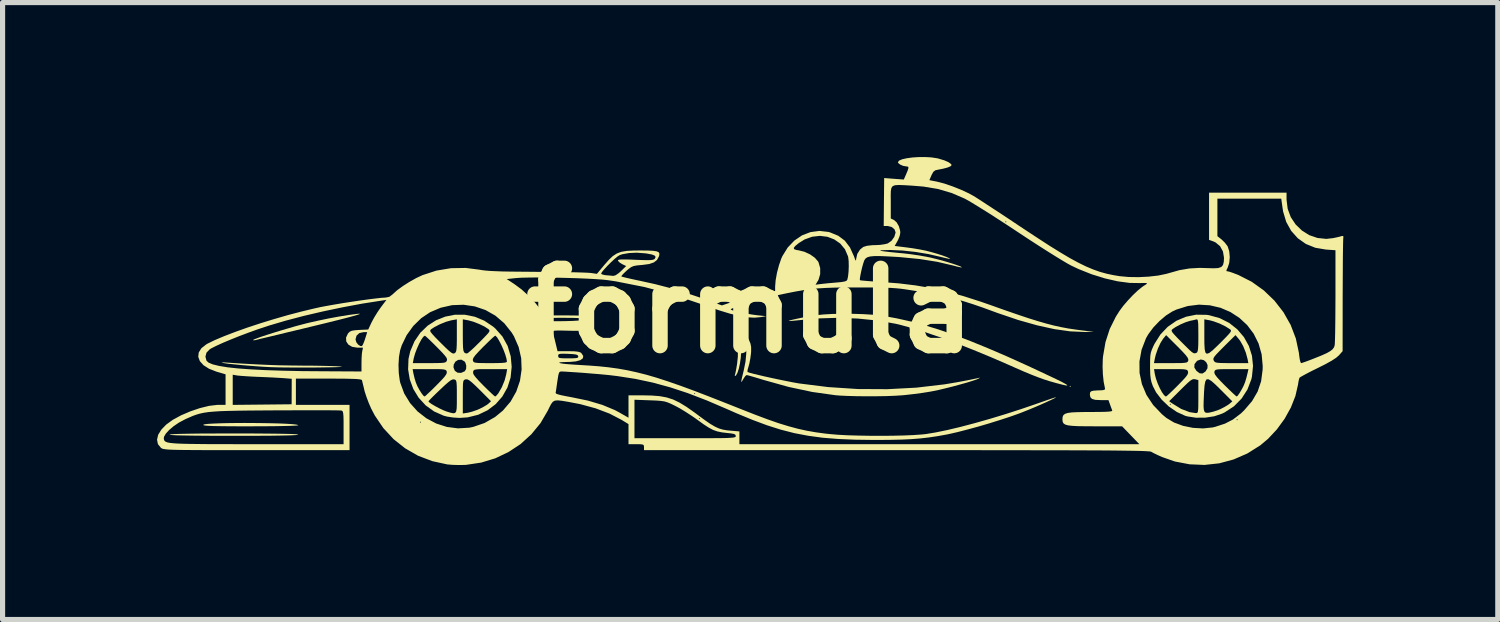
<source format=kicad_pcb>
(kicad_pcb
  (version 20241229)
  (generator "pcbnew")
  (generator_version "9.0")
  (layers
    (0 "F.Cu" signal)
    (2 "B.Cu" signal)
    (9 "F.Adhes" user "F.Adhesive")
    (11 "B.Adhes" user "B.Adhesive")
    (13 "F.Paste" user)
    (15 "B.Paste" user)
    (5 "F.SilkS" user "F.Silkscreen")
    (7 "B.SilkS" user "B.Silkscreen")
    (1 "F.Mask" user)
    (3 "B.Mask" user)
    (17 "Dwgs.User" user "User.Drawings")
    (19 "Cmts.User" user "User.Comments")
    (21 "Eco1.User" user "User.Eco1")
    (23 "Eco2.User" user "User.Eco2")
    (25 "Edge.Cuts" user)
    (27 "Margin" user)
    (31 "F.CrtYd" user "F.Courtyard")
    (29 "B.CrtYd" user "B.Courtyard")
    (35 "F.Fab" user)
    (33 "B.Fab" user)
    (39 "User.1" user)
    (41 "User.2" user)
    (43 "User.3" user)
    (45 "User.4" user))
  (footprint "formula"
    (layer "F.Cu")
    (at 11.519 2.984)
    (property "Reference" "formula" (at 0 0 0) (layer "F.SilkS") (effects (font (size 1.5 1.5) (thickness 0.3))))
    (attr board_only exclude_from_pos_files exclude_from_bom)
    (fp_poly (pts (xy 6.228 1.47) (xy 6.217 1.482) (xy 6.205 1.47) (xy 6.217 1.459)) (stroke (width 0) (type solid)) (fill yes) (layer "F.SilkS"))
    (fp_poly (pts (xy -0.29 0.386) (xy -0.258 0.446) (xy -0.25 0.463) (xy -0.21 0.548) (xy -0.188 0.619) (xy -0.177 0.695) (xy -0.175 0.798) (xy -0.175 0.799) (xy -0.181 0.91) (xy -0.197 1.023) (xy -0.219 1.126) (xy -0.246 1.208) (xy -0.274 1.258) (xy -0.282 1.265) (xy -0.299 1.265) (xy -0.292 1.237) (xy -0.281 1.193) (xy -0.267 1.119) (xy -0.252 1.027) (xy -0.25 1.007) (xy -0.238 0.893) (xy -0.238 0.792) (xy -0.249 0.682) (xy -0.26 0.613) (xy -0.278 0.515) (xy -0.294 0.43) (xy -0.307 0.372) (xy -0.311 0.359) (xy -0.308 0.355)) (stroke (width 0) (type solid)) (fill yes) (layer "F.SilkS"))
    (fp_poly (pts (xy -9.719 2.385) (xy -9.453 2.387) (xy -9.231 2.389) (xy -9.052 2.392) (xy -8.917 2.395) (xy -8.826 2.4) (xy -8.781 2.405) (xy -8.775 2.408) (xy -8.798 2.414) (xy -8.867 2.419) (xy -8.981 2.423) (xy -9.139 2.426) (xy -9.34 2.429) (xy -9.585 2.43) (xy -9.872 2.431) (xy -10.026 2.431) (xy -10.333 2.431) (xy -10.598 2.429) (xy -10.821 2.427) (xy -11 2.424) (xy -11.135 2.421) (xy -11.225 2.416) (xy -11.271 2.411) (xy -11.276 2.408) (xy -11.253 2.402) (xy -11.184 2.397) (xy -11.071 2.393) (xy -10.913 2.39) (xy -10.711 2.387) (xy -10.466 2.386) (xy -10.18 2.385) (xy -10.026 2.385)) (stroke (width 0) (type solid)) (fill yes) (layer "F.SilkS"))
    (fp_poly (pts (xy -9.638 2.182) (xy -9.461 2.184) (xy -9.293 2.187) (xy -9.138 2.191) (xy -9.003 2.197) (xy -8.894 2.204) (xy -8.818 2.212) (xy -8.779 2.221) (xy -8.775 2.225) (xy -8.798 2.23) (xy -8.863 2.234) (xy -8.965 2.238) (xy -9.102 2.241) (xy -9.27 2.244) (xy -9.463 2.245) (xy -9.678 2.246) (xy -9.703 2.246) (xy -9.944 2.246) (xy -10.141 2.245) (xy -10.3 2.243) (xy -10.422 2.241) (xy -10.512 2.237) (xy -10.573 2.233) (xy -10.608 2.227) (xy -10.622 2.22) (xy -10.622 2.217) (xy -10.596 2.207) (xy -10.531 2.199) (xy -10.432 2.193) (xy -10.305 2.188) (xy -10.156 2.184) (xy -9.991 2.182) (xy -9.817 2.181)) (stroke (width 0) (type solid)) (fill yes) (layer "F.SilkS"))
    (fp_poly (pts (xy -7.587 0.067) (xy -7.63 0.082) (xy -7.71 0.105) (xy -7.827 0.137) (xy -7.983 0.177) (xy -8.18 0.226) (xy -8.418 0.284) (xy -8.698 0.352) (xy -9.007 0.426) (xy -9.162 0.464) (xy -9.304 0.498) (xy -9.426 0.527) (xy -9.522 0.55) (xy -9.584 0.566) (xy -9.603 0.571) (xy -9.643 0.576) (xy -9.655 0.571) (xy -9.634 0.558) (xy -9.575 0.535) (xy -9.486 0.503) (xy -9.373 0.466) (xy -9.243 0.425) (xy -9.103 0.382) (xy -8.96 0.34) (xy -8.822 0.3) (xy -8.694 0.266) (xy -8.602 0.242) (xy -8.394 0.195) (xy -8.185 0.151) (xy -7.983 0.114) (xy -7.8 0.084) (xy -7.648 0.064) (xy -7.606 0.06) (xy -7.58 0.06)) (stroke (width 0) (type solid)) (fill yes) (layer "F.SilkS"))
    (fp_poly (pts (xy -10.22 1.005) (xy -10.153 1.009) (xy -9.863 1.028) (xy -9.606 1.042) (xy -9.37 1.053) (xy -9.141 1.061) (xy -8.908 1.065) (xy -8.656 1.068) (xy -8.625 1.068) (xy -8.456 1.069) (xy -8.299 1.072) (xy -8.161 1.075) (xy -8.048 1.079) (xy -7.969 1.084) (xy -7.93 1.088) (xy -7.937 1.092) (xy -7.984 1.095) (xy -8.065 1.098) (xy -8.173 1.1) (xy -8.303 1.102) (xy -8.447 1.104) (xy -8.601 1.104) (xy -8.756 1.105) (xy -8.908 1.104) (xy -9.05 1.103) (xy -9.176 1.101) (xy -9.279 1.098) (xy -9.331 1.096) (xy -9.461 1.089) (xy -9.605 1.079) (xy -9.754 1.067) (xy -9.897 1.055) (xy -10.026 1.042) (xy -10.132 1.031) (xy -10.204 1.021) (xy -10.223 1.018) (xy -10.261 1.008) (xy -10.261 1.004)) (stroke (width 0) (type solid)) (fill yes) (layer "F.SilkS"))
    (fp_poly (pts (xy 1.99 0.061) (xy 2.19 0.067) (xy 2.374 0.078) (xy 2.531 0.094) (xy 2.582 0.101) (xy 2.843 0.148) (xy 3.107 0.207) (xy 3.378 0.279) (xy 3.661 0.366) (xy 3.959 0.469) (xy 4.278 0.59) (xy 4.621 0.73) (xy 4.993 0.89) (xy 5.398 1.073) (xy 5.603 1.169) (xy 5.793 1.258) (xy 5.941 1.328) (xy 6.051 1.382) (xy 6.122 1.421) (xy 6.158 1.444) (xy 6.159 1.454) (xy 6.128 1.451) (xy 6.064 1.437) (xy 5.971 1.413) (xy 5.927 1.401) (xy 5.814 1.369) (xy 5.705 1.334) (xy 5.591 1.293) (xy 5.466 1.244) (xy 5.321 1.184) (xy 5.147 1.108) (xy 5.019 1.051) (xy 4.672 0.901) (xy 4.331 0.76) (xy 4.001 0.631) (xy 3.687 0.516) (xy 3.396 0.416) (xy 3.131 0.334) (xy 2.9 0.271) (xy 2.825 0.254) (xy 2.469 0.191) (xy 2.089 0.153) (xy 1.697 0.139) (xy 1.309 0.151) (xy 1.056 0.174) (xy 0.943 0.186) (xy 0.849 0.195) (xy 0.782 0.201) (xy 0.75 0.201) (xy 0.748 0.2) (xy 0.765 0.192) (xy 0.818 0.177) (xy 0.898 0.159) (xy 0.998 0.138) (xy 1.108 0.118) (xy 1.219 0.098) (xy 1.285 0.088) (xy 1.423 0.074) (xy 1.595 0.064) (xy 1.788 0.06)) (stroke (width 0) (type solid)) (fill yes) (layer "F.SilkS"))
    (fp_poly (pts (xy -0.13 0.432) (xy -0.119 0.438) (xy -0.083 0.472) (xy -0.042 0.533) (xy -0.022 0.569) (xy 0.007 0.639) (xy 0.02 0.706) (xy 0.02 0.789) (xy 0.017 0.83) (xy 0.004 0.929) (xy -0.014 1.025) (xy -0.03 1.083) (xy -0.048 1.144) (xy -0.052 1.184) (xy -0.049 1.191) (xy -0.014 1.204) (xy 0.059 1.224) (xy 0.162 1.249) (xy 0.285 1.278) (xy 0.421 1.308) (xy 0.562 1.338) (xy 0.699 1.366) (xy 0.825 1.391) (xy 0.932 1.41) (xy 0.949 1.413) (xy 1.516 1.484) (xy 2.092 1.522) (xy 2.666 1.525) (xy 3.23 1.495) (xy 3.776 1.431) (xy 4.032 1.388) (xy 4.159 1.364) (xy 4.272 1.342) (xy 4.363 1.323) (xy 4.421 1.311) (xy 4.438 1.307) (xy 4.464 1.3) (xy 4.45 1.312) (xy 4.446 1.315) (xy 4.4 1.336) (xy 4.317 1.364) (xy 4.207 1.398) (xy 4.078 1.434) (xy 3.939 1.472) (xy 3.799 1.507) (xy 3.666 1.539) (xy 3.55 1.563) (xy 3.496 1.573) (xy 3.353 1.596) (xy 3.189 1.618) (xy 3.033 1.636) (xy 2.964 1.643) (xy 2.825 1.652) (xy 2.655 1.659) (xy 2.466 1.662) (xy 2.268 1.663) (xy 2.074 1.661) (xy 1.895 1.656) (xy 1.742 1.649) (xy 1.656 1.642) (xy 1.208 1.579) (xy 0.748 1.481) (xy 0.268 1.347) (xy 0.251 1.342) (xy 0.14 1.308) (xy 0.045 1.28) (xy -0.026 1.26) (xy -0.064 1.251) (xy -0.067 1.25) (xy -0.093 1.269) (xy -0.124 1.315) (xy -0.128 1.322) (xy -0.155 1.367) (xy -0.171 1.386) (xy -0.173 1.386) (xy -0.17 1.361) (xy -0.158 1.302) (xy -0.138 1.219) (xy -0.123 1.158) (xy -0.089 0.988) (xy -0.074 0.824) (xy -0.078 0.674) (xy -0.101 0.549) (xy -0.125 0.49) (xy -0.149 0.441) (xy -0.152 0.424)) (stroke (width 0) (type solid)) (fill yes) (layer "F.SilkS"))
    (fp_poly (pts (xy 8.869 0.081) (xy 8.915 0.088) (xy 9.121 0.145) (xy 9.305 0.238) (xy 9.462 0.362) (xy 9.591 0.513) (xy 9.687 0.685) (xy 9.747 0.874) (xy 9.768 1.074) (xy 9.747 1.28) (xy 9.736 1.331) (xy 9.66 1.53) (xy 9.546 1.707) (xy 9.397 1.858) (xy 9.215 1.977) (xy 9.169 1.999) (xy 9.016 2.051) (xy 8.84 2.078) (xy 8.661 2.079) (xy 8.495 2.054) (xy 8.449 2.041) (xy 8.289 1.968) (xy 8.134 1.862) (xy 8.088 1.818) (xy 8.15 1.818) (xy 8.162 1.829) (xy 8.173 1.818) (xy 8.162 1.806) (xy 8.15 1.818) (xy 8.088 1.818) (xy 8.026 1.759) (xy 8.139 1.759) (xy 8.196 1.8) (xy 8.372 1.908) (xy 8.536 1.971) (xy 8.654 1.989) (xy 8.674 1.988) (xy 8.689 1.98) (xy 8.698 1.957) (xy 8.703 1.911) (xy 8.705 1.86) (xy 8.807 1.86) (xy 8.813 1.926) (xy 8.827 1.965) (xy 8.851 1.982) (xy 8.888 1.984) (xy 8.923 1.979) (xy 9.002 1.96) (xy 9.093 1.929) (xy 9.134 1.912) (xy 9.212 1.872) (xy 9.282 1.83) (xy 9.308 1.811) (xy 9.366 1.762) (xy 9.146 1.541) (xy 9.039 1.436) (xy 8.96 1.366) (xy 8.903 1.332) (xy 8.865 1.334) (xy 8.841 1.375) (xy 8.826 1.455) (xy 8.817 1.574) (xy 8.815 1.619) (xy 8.809 1.759) (xy 8.807 1.86) (xy 8.705 1.86) (xy 8.705 1.837) (xy 8.706 1.726) (xy 8.706 1.67) (xy 8.706 1.348) (xy 8.644 1.332) (xy 8.616 1.329) (xy 8.586 1.337) (xy 8.547 1.362) (xy 8.494 1.408) (xy 8.419 1.48) (xy 8.361 1.538) (xy 8.139 1.759) (xy 8.026 1.759) (xy 7.996 1.731) (xy 7.885 1.586) (xy 7.822 1.464) (xy 7.797 1.394) (xy 7.781 1.324) (xy 7.772 1.242) (xy 7.769 1.135) (xy 7.845 1.135) (xy 7.861 1.233) (xy 7.882 1.317) (xy 7.915 1.411) (xy 7.956 1.503) (xy 7.999 1.583) (xy 8.04 1.641) (xy 8.073 1.667) (xy 8.077 1.667) (xy 8.099 1.652) (xy 8.146 1.609) (xy 8.212 1.546) (xy 8.291 1.468) (xy 8.306 1.453) (xy 8.396 1.361) (xy 8.456 1.295) (xy 8.492 1.247) (xy 8.506 1.213) (xy 8.506 1.187) (xy 8.499 1.166) (xy 8.485 1.152) (xy 8.457 1.143) (xy 8.408 1.137) (xy 8.329 1.135) (xy 8.214 1.135) (xy 8.169 1.135) (xy 7.845 1.135) (xy 7.769 1.135) (xy 7.768 1.132) (xy 7.768 1.105) (xy 8.628 1.105) (xy 8.669 1.169) (xy 8.731 1.216) (xy 8.785 1.221) (xy 8.803 1.21) (xy 9.017 1.21) (xy 9.032 1.244) (xy 9.068 1.292) (xy 9.129 1.359) (xy 9.218 1.45) (xy 9.3 1.53) (xy 9.37 1.597) (xy 9.422 1.645) (xy 9.45 1.666) (xy 9.452 1.667) (xy 9.472 1.649) (xy 9.506 1.601) (xy 9.539 1.546) (xy 9.582 1.466) (xy 9.613 1.391) (xy 9.64 1.301) (xy 9.665 1.198) (xy 9.679 1.135) (xy 9.356 1.135) (xy 9.228 1.135) (xy 9.139 1.137) (xy 9.08 1.141) (xy 9.046 1.149) (xy 9.028 1.161) (xy 9.019 1.18) (xy 9.018 1.184) (xy 9.017 1.21) (xy 8.803 1.21) (xy 8.841 1.184) (xy 8.845 1.181) (xy 8.883 1.119) (xy 8.885 1.055) (xy 8.858 1) (xy 8.812 0.961) (xy 8.772 0.952) (xy 8.998 0.952) (xy 9.005 0.969) (xy 9.018 0.989) (xy 9.038 1.003) (xy 9.072 1.011) (xy 9.129 1.016) (xy 9.215 1.018) (xy 9.339 1.019) (xy 9.354 1.019) (xy 9.677 1.019) (xy 9.663 0.944) (xy 9.628 0.815) (xy 9.577 0.689) (xy 9.517 0.584) (xy 9.495 0.555) (xy 9.427 0.475) (xy 9.203 0.697) (xy 9.113 0.788) (xy 9.052 0.852) (xy 9.015 0.897) (xy 8.999 0.928) (xy 8.998 0.952) (xy 8.772 0.952) (xy 8.752 0.948) (xy 8.688 0.971) (xy 8.678 0.978) (xy 8.631 1.038) (xy 8.628 1.105) (xy 7.768 1.105) (xy 7.768 1.075) (xy 7.769 1.019) (xy 7.844 1.019) (xy 8.169 1.019) (xy 8.298 1.018) (xy 8.388 1.017) (xy 8.446 1.012) (xy 8.481 1.005) (xy 8.499 0.992) (xy 8.509 0.974) (xy 8.51 0.969) (xy 8.511 0.944) (xy 8.496 0.91) (xy 8.461 0.863) (xy 8.401 0.797) (xy 8.312 0.706) (xy 8.303 0.697) (xy 8.08 0.475) (xy 8.023 0.544) (xy 7.971 0.626) (xy 7.92 0.736) (xy 7.879 0.855) (xy 7.86 0.934) (xy 7.844 1.019) (xy 7.769 1.019) (xy 7.769 0.962) (xy 7.773 0.88) (xy 7.783 0.817) (xy 7.802 0.758) (xy 7.832 0.69) (xy 7.855 0.643) (xy 7.969 0.463) (xy 8.039 0.389) (xy 8.186 0.389) (xy 8.197 0.415) (xy 8.229 0.454) (xy 8.284 0.514) (xy 8.368 0.599) (xy 8.381 0.612) (xy 8.472 0.703) (xy 8.536 0.766) (xy 8.58 0.804) (xy 8.611 0.824) (xy 8.634 0.829) (xy 8.657 0.824) (xy 8.669 0.819) (xy 8.684 0.807) (xy 8.694 0.78) (xy 8.701 0.73) (xy 8.705 0.65) (xy 8.706 0.534) (xy 8.706 0.482) (xy 8.705 0.354) (xy 8.704 0.265) (xy 8.699 0.21) (xy 8.692 0.18) (xy 8.681 0.169) (xy 8.665 0.17) (xy 8.615 0.183) (xy 8.548 0.197) (xy 8.544 0.198) (xy 8.46 0.224) (xy 8.36 0.267) (xy 8.264 0.318) (xy 8.208 0.356) (xy 8.191 0.371) (xy 8.186 0.389) (xy 8.039 0.389) (xy 8.112 0.313) (xy 8.279 0.197) (xy 8.346 0.168) (xy 8.822 0.168) (xy 8.822 0.488) (xy 8.823 0.64) (xy 8.829 0.748) (xy 8.843 0.813) (xy 8.871 0.837) (xy 8.917 0.822) (xy 8.983 0.77) (xy 9.076 0.682) (xy 9.134 0.625) (xy 9.224 0.534) (xy 9.286 0.469) (xy 9.323 0.426) (xy 9.339 0.398) (xy 9.338 0.379) (xy 9.324 0.363) (xy 9.319 0.36) (xy 9.23 0.304) (xy 9.117 0.249) (xy 9.002 0.207) (xy 8.932 0.188) (xy 8.822 0.168) (xy 8.346 0.168) (xy 8.465 0.118) (xy 8.663 0.078)) (stroke (width 0) (type solid)) (fill yes) (layer "F.SilkS"))
    (fp_poly (pts (xy -5.35 0.117) (xy -5.164 0.194) (xy -4.989 0.311) (xy -4.948 0.347) (xy -4.809 0.504) (xy -4.709 0.686) (xy -4.649 0.888) (xy -4.631 1.09) (xy -4.652 1.3) (xy -4.714 1.494) (xy -4.812 1.667) (xy -4.942 1.816) (xy -5.1 1.935) (xy -5.282 2.022) (xy -5.484 2.072) (xy -5.646 2.083) (xy -5.768 2.075) (xy -5.886 2.057) (xy -5.951 2.04) (xy -6.048 1.997) (xy -5.58 1.997) (xy -5.482 1.982) (xy -5.404 1.963) (xy -5.311 1.931) (xy -5.256 1.908) (xy -5.178 1.868) (xy -5.111 1.828) (xy -5.08 1.804) (xy -5.032 1.759) (xy -5.251 1.539) (xy -5.343 1.449) (xy -5.41 1.388) (xy -5.458 1.351) (xy -5.493 1.334) (xy -5.521 1.333) (xy -5.525 1.334) (xy -5.547 1.341) (xy -5.562 1.354) (xy -5.572 1.38) (xy -5.577 1.426) (xy -5.579 1.501) (xy -5.58 1.612) (xy -5.58 1.673) (xy -5.58 1.997) (xy -6.048 1.997) (xy -6.138 1.957) (xy -6.302 1.839) (xy -6.373 1.761) (xy -6.248 1.761) (xy -6.232 1.78) (xy -6.185 1.814) (xy -6.117 1.854) (xy -6.04 1.895) (xy -5.965 1.931) (xy -5.903 1.956) (xy -5.9 1.957) (xy -5.822 1.981) (xy -5.766 1.993) (xy -5.73 1.987) (xy -5.709 1.957) (xy -5.699 1.897) (xy -5.696 1.803) (xy -5.696 1.67) (xy -5.696 1.542) (xy -5.698 1.453) (xy -5.702 1.396) (xy -5.71 1.362) (xy -5.722 1.345) (xy -5.741 1.337) (xy -5.748 1.335) (xy -5.775 1.335) (xy -5.812 1.351) (xy -5.862 1.389) (xy -5.933 1.451) (xy -6.022 1.535) (xy -6.105 1.614) (xy -6.174 1.682) (xy -6.224 1.733) (xy -6.247 1.759) (xy -6.248 1.761) (xy -6.373 1.761) (xy -6.437 1.692) (xy -6.541 1.522) (xy -6.61 1.335) (xy -6.643 1.138) (xy -6.643 1.135) (xy -6.555 1.135) (xy -6.539 1.221) (xy -6.52 1.303) (xy -6.494 1.39) (xy -6.49 1.401) (xy -6.463 1.465) (xy -6.424 1.537) (xy -6.383 1.602) (xy -6.347 1.65) (xy -6.323 1.667) (xy -6.302 1.652) (xy -6.256 1.609) (xy -6.189 1.546) (xy -6.11 1.468) (xy -6.092 1.45) (xy -6.002 1.358) (xy -5.941 1.291) (xy -5.906 1.243) (xy -5.893 1.214) (xy -5.38 1.214) (xy -5.365 1.249) (xy -5.328 1.297) (xy -5.267 1.365) (xy -5.181 1.453) (xy -5.1 1.533) (xy -5.031 1.599) (xy -4.98 1.646) (xy -4.953 1.667) (xy -4.951 1.667) (xy -4.928 1.65) (xy -4.893 1.608) (xy -4.887 1.6) (xy -4.822 1.487) (xy -4.767 1.353) (xy -4.736 1.232) (xy -4.719 1.135) (xy -5.043 1.135) (xy -5.171 1.135) (xy -5.26 1.136) (xy -5.318 1.141) (xy -5.352 1.148) (xy -5.37 1.161) (xy -5.378 1.179) (xy -5.38 1.187) (xy -5.38 1.214) (xy -5.893 1.214) (xy -5.891 1.209) (xy -5.892 1.184) (xy -5.9 1.164) (xy -5.916 1.151) (xy -5.947 1.142) (xy -6 1.137) (xy -6.084 1.135) (xy -6.205 1.135) (xy -6.231 1.135) (xy -6.555 1.135) (xy -6.643 1.135) (xy -6.641 1.103) (xy -5.761 1.103) (xy -5.735 1.168) (xy -5.681 1.205) (xy -5.613 1.208) (xy -5.541 1.176) (xy -5.54 1.174) (xy -5.516 1.131) (xy -5.513 1.068) (xy -5.531 1.008) (xy -5.547 0.986) (xy -5.607 0.952) (xy -5.67 0.956) (xy -5.724 0.99) (xy -5.757 1.048) (xy -5.761 1.103) (xy -6.641 1.103) (xy -6.638 1.019) (xy -6.551 1.019) (xy -6.231 1.019) (xy -6.104 1.018) (xy -6.014 1.016) (xy -5.956 1.012) (xy -5.921 1.004) (xy -5.902 0.991) (xy -5.89 0.972) (xy -5.89 0.971) (xy -5.886 0.947) (xy -5.887 0.944) (xy -5.385 0.944) (xy -5.384 0.97) (xy -5.376 0.989) (xy -5.36 1.003) (xy -5.329 1.011) (xy -5.275 1.016) (xy -5.192 1.018) (xy -5.071 1.019) (xy -5.046 1.019) (xy -4.912 1.018) (xy -4.819 1.015) (xy -4.76 1.009) (xy -4.73 0.999) (xy -4.723 0.988) (xy -4.733 0.928) (xy -4.757 0.847) (xy -4.792 0.755) (xy -4.833 0.663) (xy -4.876 0.581) (xy -4.914 0.519) (xy -4.945 0.488) (xy -4.952 0.486) (xy -4.973 0.502) (xy -5.02 0.544) (xy -5.087 0.608) (xy -5.166 0.686) (xy -5.184 0.703) (xy -5.274 0.796) (xy -5.335 0.863) (xy -5.37 0.91) (xy -5.385 0.944) (xy -5.887 0.944) (xy -5.895 0.918) (xy -5.924 0.877) (xy -5.976 0.818) (xy -6.056 0.735) (xy -6.086 0.705) (xy -6.167 0.624) (xy -6.236 0.557) (xy -6.288 0.509) (xy -6.315 0.487) (xy -6.317 0.486) (xy -6.347 0.507) (xy -6.386 0.562) (xy -6.428 0.641) (xy -6.47 0.734) (xy -6.507 0.831) (xy -6.533 0.922) (xy -6.537 0.944) (xy -6.551 1.019) (xy -6.638 1.019) (xy -6.635 0.936) (xy -6.601 0.789) (xy -6.518 0.594) (xy -6.404 0.427) (xy -6.368 0.393) (xy -6.214 0.393) (xy -6.202 0.418) (xy -6.17 0.458) (xy -6.115 0.518) (xy -6.031 0.603) (xy -6.01 0.624) (xy -5.918 0.715) (xy -5.852 0.777) (xy -5.805 0.815) (xy -5.774 0.831) (xy -5.751 0.832) (xy -5.739 0.826) (xy -5.721 0.811) (xy -5.709 0.786) (xy -5.702 0.742) (xy -5.698 0.673) (xy -5.696 0.571) (xy -5.696 0.484) (xy -5.696 0.168) (xy -5.58 0.168) (xy -5.58 0.487) (xy -5.579 0.619) (xy -5.576 0.711) (xy -5.569 0.772) (xy -5.556 0.807) (xy -5.535 0.825) (xy -5.506 0.831) (xy -5.499 0.832) (xy -5.474 0.817) (xy -5.425 0.775) (xy -5.356 0.712) (xy -5.276 0.633) (xy -5.256 0.614) (xy -5.169 0.525) (xy -5.11 0.463) (xy -5.075 0.422) (xy -5.062 0.394) (xy -5.065 0.376) (xy -5.081 0.36) (xy -5.083 0.358) (xy -5.16 0.308) (xy -5.264 0.258) (xy -5.374 0.215) (xy -5.471 0.188) (xy -5.472 0.188) (xy -5.58 0.168) (xy -5.696 0.168) (xy -5.806 0.188) (xy -5.909 0.217) (xy -6.025 0.264) (xy -6.133 0.32) (xy -6.193 0.359) (xy -6.209 0.375) (xy -6.214 0.393) (xy -6.368 0.393) (xy -6.262 0.291) (xy -6.1 0.187) (xy -5.922 0.116) (xy -5.735 0.079) (xy -5.542 0.079)) (stroke (width 0) (type solid)) (fill yes) (layer "F.SilkS"))
    (fp_poly (pts (xy 3.52 -2.977) (xy 3.628 -2.961) (xy 3.658 -2.954) (xy 3.771 -2.92) (xy 3.855 -2.883) (xy 3.904 -2.847) (xy 3.913 -2.826) (xy 3.892 -2.804) (xy 3.834 -2.78) (xy 3.75 -2.758) (xy 3.664 -2.741) (xy 3.599 -2.727) (xy 3.56 -2.698) (xy 3.528 -2.642) (xy 3.523 -2.631) (xy 3.482 -2.535) (xy 3.634 -2.505) (xy 3.772 -2.469) (xy 3.933 -2.414) (xy 4.098 -2.348) (xy 4.251 -2.277) (xy 4.341 -2.227) (xy 4.39 -2.197) (xy 4.473 -2.144) (xy 4.584 -2.071) (xy 4.72 -1.982) (xy 4.875 -1.881) (xy 5.044 -1.769) (xy 5.222 -1.65) (xy 5.314 -1.589) (xy 5.583 -1.412) (xy 5.819 -1.259) (xy 6.027 -1.13) (xy 6.211 -1.021) (xy 6.375 -0.932) (xy 6.524 -0.859) (xy 6.662 -0.801) (xy 6.794 -0.754) (xy 6.924 -0.718) (xy 7.057 -0.69) (xy 7.177 -0.67) (xy 7.352 -0.654) (xy 7.545 -0.651) (xy 7.741 -0.661) (xy 7.926 -0.682) (xy 8.085 -0.715) (xy 8.13 -0.728) (xy 8.34 -0.787) (xy 8.534 -0.82) (xy 8.733 -0.831) (xy 8.871 -0.827) (xy 9.001 -0.823) (xy 9.093 -0.828) (xy 9.152 -0.849) (xy 9.185 -0.887) (xy 9.2 -0.949) (xy 9.204 -1.029) (xy 9.184 -1.15) (xy 9.128 -1.252) (xy 9.041 -1.325) (xy 8.995 -1.346) (xy 8.914 -1.375) (xy 8.914 -1.834) (xy 8.914 -2.176) (xy 9.076 -2.176) (xy 9.076 -1.812) (xy 9.076 -1.447) (xy 9.157 -1.383) (xy 9.218 -1.324) (xy 9.269 -1.258) (xy 9.277 -1.244) (xy 9.306 -1.152) (xy 9.316 -1.04) (xy 9.306 -0.929) (xy 9.277 -0.839) (xy 9.253 -0.79) (xy 9.252 -0.769) (xy 9.274 -0.764) (xy 9.274 -0.764) (xy 9.312 -0.756) (xy 9.379 -0.733) (xy 9.463 -0.701) (xy 9.483 -0.693) (xy 9.743 -0.561) (xy 9.978 -0.393) (xy 10.184 -0.195) (xy 10.359 0.03) (xy 10.499 0.277) (xy 10.6 0.542) (xy 10.659 0.82) (xy 10.665 0.873) (xy 10.676 0.948) (xy 10.69 1.001) (xy 10.702 1.019) (xy 10.731 1.011) (xy 10.794 0.989) (xy 10.88 0.957) (xy 10.959 0.926) (xy 11.099 0.87) (xy 11.201 0.824) (xy 11.271 0.784) (xy 11.316 0.747) (xy 11.342 0.709) (xy 11.354 0.671) (xy 11.357 0.631) (xy 11.36 0.551) (xy 11.363 0.436) (xy 11.365 0.291) (xy 11.367 0.122) (xy 11.368 -0.065) (xy 11.369 -0.265) (xy 11.369 -0.289) (xy 11.369 -1.174) (xy 11.183 -1.187) (xy 10.977 -1.222) (xy 10.794 -1.296) (xy 10.637 -1.407) (xy 10.509 -1.55) (xy 10.413 -1.723) (xy 10.353 -1.923) (xy 10.343 -1.985) (xy 10.316 -2.176) (xy 9.696 -2.176) (xy 9.076 -2.176) (xy 8.914 -2.176) (xy 8.914 -2.292) (xy 9.667 -2.292) (xy 10.419 -2.292) (xy 10.419 -2.154) (xy 10.441 -1.978) (xy 10.501 -1.817) (xy 10.595 -1.675) (xy 10.717 -1.557) (xy 10.86 -1.467) (xy 11.02 -1.412) (xy 11.191 -1.394) (xy 11.323 -1.409) (xy 11.403 -1.426) (xy 11.468 -1.442) (xy 11.497 -1.451) (xy 11.521 -1.45) (xy 11.522 -1.413) (xy 11.521 -1.409) (xy 11.519 -1.375) (xy 11.517 -1.3) (xy 11.515 -1.188) (xy 11.513 -1.045) (xy 11.512 -0.874) (xy 11.511 -0.682) (xy 11.51 -0.473) (xy 11.509 -0.284) (xy 11.508 0.786) (xy 11.436 0.868) (xy 11.382 0.915) (xy 11.295 0.972) (xy 11.171 1.041) (xy 11.025 1.114) (xy 10.909 1.171) (xy 10.809 1.223) (xy 10.731 1.265) (xy 10.683 1.293) (xy 10.671 1.303) (xy 10.659 1.338) (xy 10.647 1.401) (xy 10.641 1.44) (xy 10.591 1.658) (xy 10.503 1.881) (xy 10.382 2.099) (xy 10.232 2.305) (xy 10.06 2.489) (xy 9.91 2.615) (xy 9.659 2.773) (xy 9.391 2.89) (xy 9.111 2.965) (xy 8.825 2.996) (xy 8.536 2.984) (xy 8.249 2.929) (xy 8.003 2.843) (xy 7.917 2.805) (xy 7.843 2.769) (xy 7.795 2.743) (xy 7.792 2.741) (xy 7.781 2.737) (xy 7.758 2.734) (xy 7.721 2.731) (xy 7.668 2.728) (xy 7.598 2.725) (xy 7.509 2.723) (xy 7.4 2.721) (xy 7.268 2.719) (xy 7.111 2.717) (xy 6.929 2.715) (xy 6.719 2.714) (xy 6.48 2.713) (xy 6.209 2.712) (xy 5.906 2.711) (xy 5.568 2.711) (xy 5.194 2.71) (xy 4.781 2.71) (xy 4.329 2.709) (xy 3.836 2.709) (xy 3.299 2.709) (xy 2.843 2.709) (xy -2.061 2.709) (xy -2.061 2.651) (xy -2.063 2.62) (xy -2.078 2.603) (xy -2.116 2.595) (xy -2.187 2.593) (xy -2.211 2.593) (xy -2.362 2.593) (xy -2.362 2.398) (xy -2.362 2.203) (xy -2.498 2.12) (xy -2.731 1.999) (xy -3 1.897) (xy -3.298 1.816) (xy -3.531 1.771) (xy -3.651 1.751) (xy -3.734 1.742) (xy -3.792 1.747) (xy -3.832 1.77) (xy -3.866 1.815) (xy -3.903 1.887) (xy -3.929 1.941) (xy -4.071 2.184) (xy -4.249 2.401) (xy -4.457 2.59) (xy -4.693 2.746) (xy -4.95 2.868) (xy -5.224 2.951) (xy -5.512 2.994) (xy -5.538 2.996) (xy -5.653 2.998) (xy -5.772 2.995) (xy -5.872 2.987) (xy -5.877 2.987) (xy -6.171 2.923) (xy -6.446 2.819) (xy -6.698 2.675) (xy -6.925 2.495) (xy -7.123 2.281) (xy -7.202 2.165) (xy -6.414 2.165) (xy -6.402 2.176) (xy -6.391 2.165) (xy -6.402 2.153) (xy -6.414 2.165) (xy -7.202 2.165) (xy -7.29 2.035) (xy -7.361 1.899) (xy -7.409 1.788) (xy -7.454 1.668) (xy -7.488 1.562) (xy -7.493 1.54) (xy -7.513 1.456) (xy -7.53 1.387) (xy -7.539 1.35) (xy -7.539 1.349) (xy -7.552 1.34) (xy -7.589 1.333) (xy -7.652 1.327) (xy -7.748 1.324) (xy -7.878 1.321) (xy -8.049 1.32) (xy -8.184 1.32) (xy -8.822 1.32) (xy -8.822 1.574) (xy -8.822 1.829) (xy -8.301 1.829) (xy -7.78 1.829) (xy -7.78 2.269) (xy -7.78 2.709) (xy -9.583 2.709) (xy -9.914 2.709) (xy -10.202 2.709) (xy -10.45 2.709) (xy -10.662 2.708) (xy -10.839 2.707) (xy -10.986 2.706) (xy -11.105 2.704) (xy -11.2 2.702) (xy -11.274 2.699) (xy -11.329 2.695) (xy -11.37 2.69) (xy -11.399 2.685) (xy -11.419 2.679) (xy -11.433 2.671) (xy -11.445 2.663) (xy -11.445 2.662) (xy -11.502 2.592) (xy -11.519 2.506) (xy -11.513 2.48) (xy -11.388 2.48) (xy -11.385 2.501) (xy -11.379 2.519) (xy -11.367 2.534) (xy -11.347 2.548) (xy -11.315 2.559) (xy -11.269 2.568) (xy -11.204 2.575) (xy -11.119 2.581) (xy -11.009 2.585) (xy -10.873 2.588) (xy -10.707 2.59) (xy -10.507 2.592) (xy -10.271 2.592) (xy -9.996 2.593) (xy -9.678 2.593) (xy -9.58 2.593) (xy -7.896 2.593) (xy -7.896 2.272) (xy -7.896 2.143) (xy -7.898 2.053) (xy -7.903 1.995) (xy -7.911 1.961) (xy -7.924 1.945) (xy -7.937 1.94) (xy -7.967 1.938) (xy -8.039 1.936) (xy -8.149 1.935) (xy -8.292 1.934) (xy -8.463 1.934) (xy -8.659 1.934) (xy -8.874 1.935) (xy -9.105 1.936) (xy -9.216 1.936) (xy -9.506 1.938) (xy -9.754 1.94) (xy -9.964 1.943) (xy -10.141 1.947) (xy -10.289 1.952) (xy -10.413 1.96) (xy -10.517 1.969) (xy -10.605 1.982) (xy -10.681 1.998) (xy -10.751 2.018) (xy -10.818 2.042) (xy -10.886 2.071) (xy -10.961 2.104) (xy -10.983 2.115) (xy -11.094 2.174) (xy -11.197 2.244) (xy -11.284 2.318) (xy -11.349 2.389) (xy -11.384 2.45) (xy -11.388 2.48) (xy -11.513 2.48) (xy -11.497 2.41) (xy -11.435 2.31) (xy -11.34 2.212) (xy -11.213 2.12) (xy -11.053 2.033) (xy -10.873 1.956) (xy -10.688 1.893) (xy -10.509 1.849) (xy -10.35 1.83) (xy -10.323 1.829) (xy -10.188 1.829) (xy -10.188 1.533) (xy -10.188 1.244) (xy -10.049 1.244) (xy -10.049 1.537) (xy -10.049 1.83) (xy -9.477 1.824) (xy -8.905 1.818) (xy -8.904 1.57) (xy -8.903 1.323) (xy -9.065 1.31) (xy -9.151 1.305) (xy -9.268 1.298) (xy -9.402 1.292) (xy -9.538 1.286) (xy -9.551 1.286) (xy -9.677 1.28) (xy -9.794 1.273) (xy -9.89 1.266) (xy -9.954 1.26) (xy -9.962 1.259) (xy -10.049 1.244) (xy -10.188 1.244) (xy -10.188 1.236) (xy -10.366 1.184) (xy -10.509 1.128) (xy -10.617 1.059) (xy -10.687 0.981) (xy -10.718 0.897) (xy -10.718 0.892) (xy -10.579 0.892) (xy -10.559 0.971) (xy -10.518 1.009) (xy -10.437 1.043) (xy -10.315 1.073) (xy -10.152 1.1) (xy -9.947 1.122) (xy -9.7 1.14) (xy -9.409 1.155) (xy -9.074 1.166) (xy -8.694 1.174) (xy -8.283 1.177) (xy -7.548 1.181) (xy -7.548 1.052) (xy -6.829 1.052) (xy -6.824 1.21) (xy -6.805 1.354) (xy -6.795 1.4) (xy -6.718 1.609) (xy -6.604 1.795) (xy -6.459 1.957) (xy -6.288 2.09) (xy -6.096 2.192) (xy -5.89 2.258) (xy -5.674 2.286) (xy -5.454 2.273) (xy -5.377 2.257) (xy -5.158 2.182) (xy -4.953 2.065) (xy -4.801 1.94) (xy -4.652 1.766) (xy -4.542 1.572) (xy -4.47 1.362) (xy -4.438 1.144) (xy -4.446 0.923) (xy -4.456 0.879) (xy -3.728 0.879) (xy -3.724 0.902) (xy -3.708 0.916) (xy -3.67 0.923) (xy -3.601 0.926) (xy -3.529 0.926) (xy -3.433 0.925) (xy -3.375 0.921) (xy -3.346 0.912) (xy -3.337 0.896) (xy -3.339 0.886) (xy -3.349 0.865) (xy -3.379 0.852) (xy -3.435 0.844) (xy -3.528 0.839) (xy -3.537 0.838) (xy -3.631 0.836) (xy -3.687 0.838) (xy -3.716 0.846) (xy -3.727 0.863) (xy -3.728 0.879) (xy -4.456 0.879) (xy -4.496 0.705) (xy -4.587 0.497) (xy -4.632 0.423) (xy -4.776 0.243) (xy -4.871 0.162) (xy -3.945 0.162) (xy -3.944 0.174) (xy -3.933 0.188) (xy -3.905 0.198) (xy -3.856 0.203) (xy -3.777 0.205) (xy -3.662 0.204) (xy -3.594 0.203) (xy -3.45 0.199) (xy -3.347 0.193) (xy -3.283 0.185) (xy -3.251 0.173) (xy -3.247 0.168) (xy -3.254 0.156) (xy -3.286 0.148) (xy -3.349 0.143) (xy -3.448 0.14) (xy -3.588 0.139) (xy -3.598 0.139) (xy -3.735 0.139) (xy -3.832 0.141) (xy -3.896 0.145) (xy -3.931 0.152) (xy -3.945 0.162) (xy -4.871 0.162) (xy -4.947 0.097) (xy -5.139 -0.012) (xy -5.347 -0.083) (xy -5.565 -0.115) (xy -5.788 -0.107) (xy -6.01 -0.057) (xy -6.215 0.03) (xy -6.388 0.146) (xy -6.543 0.298) (xy -6.671 0.476) (xy -6.765 0.67) (xy -6.798 0.771) (xy -6.82 0.9) (xy -6.829 1.052) (xy -7.548 1.052) (xy -7.548 1.022) (xy -7.546 0.928) (xy -7.541 0.843) (xy -7.534 0.79) (xy -7.519 0.718) (xy -7.631 0.718) (xy -7.73 0.702) (xy -7.803 0.659) (xy -7.844 0.597) (xy -7.846 0.558) (xy -7.664 0.558) (xy -7.649 0.612) (xy -7.612 0.66) (xy -7.567 0.688) (xy -7.54 0.688) (xy -7.523 0.664) (xy -7.499 0.608) (xy -7.478 0.549) (xy -7.437 0.417) (xy -7.508 0.417) (xy -7.589 0.435) (xy -7.644 0.485) (xy -7.664 0.558) (xy -7.846 0.558) (xy -7.848 0.523) (xy -7.811 0.444) (xy -7.805 0.437) (xy -7.775 0.408) (xy -7.735 0.39) (xy -7.671 0.38) (xy -7.589 0.374) (xy -7.417 0.366) (xy -7.35 0.223) (xy -7.299 0.129) (xy -7.234 0.024) (xy -7.173 -0.064) (xy -7.064 -0.209) (xy -7.161 -0.195) (xy -7.532 -0.137) (xy -7.913 -0.066) (xy -8.294 0.014) (xy -8.667 0.101) (xy -9.02 0.194) (xy -9.345 0.29) (xy -9.577 0.367) (xy -9.754 0.431) (xy -9.929 0.497) (xy -10.093 0.563) (xy -10.241 0.625) (xy -10.364 0.681) (xy -10.456 0.727) (xy -10.495 0.75) (xy -10.558 0.815) (xy -10.579 0.892) (xy -10.718 0.892) (xy -10.709 0.812) (xy -10.658 0.73) (xy -10.564 0.656) (xy -10.543 0.643) (xy -10.398 0.572) (xy -10.215 0.495) (xy -10.001 0.413) (xy -9.763 0.328) (xy -9.508 0.244) (xy -9.244 0.163) (xy -8.977 0.086) (xy -8.714 0.017) (xy -8.464 -0.043) (xy -8.343 -0.07) (xy -8.22 -0.093) (xy -8.073 -0.119) (xy -7.912 -0.146) (xy -7.743 -0.172) (xy -7.576 -0.197) (xy -7.418 -0.219) (xy -7.28 -0.236) (xy -7.167 -0.249) (xy -7.09 -0.254) (xy -7.077 -0.255) (xy -7.007 -0.269) (xy -6.942 -0.318) (xy -6.933 -0.327) (xy -6.854 -0.398) (xy -6.744 -0.478) (xy -6.617 -0.559) (xy -6.519 -0.614) (xy -4.727 -0.614) (xy -4.577 -0.515) (xy -4.439 -0.413) (xy -4.299 -0.286) (xy -4.171 -0.15) (xy -4.071 -0.022) (xy -3.994 0.091) (xy -3.591 0.092) (xy -3.441 0.093) (xy -3.33 0.095) (xy -3.252 0.1) (xy -3.2 0.107) (xy -3.166 0.117) (xy -3.145 0.131) (xy -3.107 0.192) (xy -3.108 0.263) (xy -3.146 0.33) (xy -3.165 0.347) (xy -3.194 0.367) (xy -3.226 0.38) (xy -3.271 0.388) (xy -3.337 0.391) (xy -3.434 0.391) (xy -3.537 0.389) (xy -3.661 0.386) (xy -3.746 0.386) (xy -3.799 0.389) (xy -3.826 0.396) (xy -3.835 0.407) (xy -3.832 0.425) (xy -3.831 0.428) (xy -3.818 0.474) (xy -3.798 0.548) (xy -3.778 0.631) (xy -3.74 0.787) (xy -3.527 0.787) (xy -3.416 0.789) (xy -3.342 0.797) (xy -3.297 0.81) (xy -3.278 0.824) (xy -3.241 0.879) (xy -3.248 0.925) (xy -3.297 0.961) (xy -3.384 0.985) (xy -3.509 0.996) (xy -3.542 0.996) (xy -3.64 0.999) (xy -3.695 1.004) (xy -3.709 1.012) (xy -3.685 1.021) (xy -3.625 1.031) (xy -3.532 1.04) (xy -3.409 1.049) (xy -3.357 1.052) (xy -3.141 1.065) (xy -2.94 1.08) (xy -2.75 1.1) (xy -2.567 1.125) (xy -2.386 1.157) (xy -2.203 1.197) (xy -2.012 1.245) (xy -1.81 1.304) (xy -1.592 1.375) (xy -1.353 1.458) (xy -1.089 1.555) (xy -0.795 1.668) (xy -0.467 1.797) (xy -0.185 1.909) (xy 0.092 2.018) (xy 0.334 2.109) (xy 0.549 2.184) (xy 0.744 2.244) (xy 0.926 2.293) (xy 1.102 2.332) (xy 1.279 2.363) (xy 1.464 2.388) (xy 1.551 2.397) (xy 1.705 2.41) (xy 1.891 2.42) (xy 2.1 2.426) (xy 2.323 2.43) (xy 2.551 2.431) (xy 2.775 2.429) (xy 2.986 2.424) (xy 3.174 2.416) (xy 3.332 2.405) (xy 3.417 2.396) (xy 3.604 2.365) (xy 3.828 2.319) (xy 4.081 2.259) (xy 4.358 2.186) (xy 4.651 2.103) (xy 4.955 2.011) (xy 5.262 1.912) (xy 5.566 1.808) (xy 5.659 1.775) (xy 5.765 1.738) (xy 5.853 1.708) (xy 5.915 1.688) (xy 5.942 1.682) (xy 5.943 1.683) (xy 5.911 1.702) (xy 5.844 1.735) (xy 5.75 1.778) (xy 5.638 1.828) (xy 5.514 1.881) (xy 5.388 1.933) (xy 5.267 1.981) (xy 5.198 2.007) (xy 5.036 2.064) (xy 4.846 2.126) (xy 4.64 2.19) (xy 4.429 2.252) (xy 4.223 2.308) (xy 4.034 2.357) (xy 3.873 2.394) (xy 3.82 2.405) (xy 3.642 2.437) (xy 3.474 2.462) (xy 3.308 2.481) (xy 3.133 2.495) (xy 2.942 2.504) (xy 2.725 2.509) (xy 2.472 2.511) (xy 2.408 2.511) (xy 2.041 2.506) (xy 1.712 2.492) (xy 1.411 2.468) (xy 1.13 2.43) (xy 0.861 2.379) (xy 0.596 2.311) (xy 0.325 2.225) (xy 0.041 2.119) (xy -0.266 1.992) (xy -0.452 1.91) (xy -0.842 1.743) (xy -1.191 1.609) (xy -1.088 1.609) (xy -1.077 1.621) (xy -1.065 1.609) (xy -1.077 1.598) (xy -1.088 1.609) (xy -1.191 1.609) (xy -1.206 1.603) (xy -1.552 1.489) (xy -1.89 1.397) (xy -2.228 1.325) (xy -2.576 1.271) (xy -2.732 1.252) (xy -2.824 1.243) (xy -2.943 1.232) (xy -3.079 1.221) (xy -3.221 1.209) (xy -3.361 1.199) (xy -3.487 1.191) (xy -3.59 1.184) (xy -3.659 1.181) (xy -3.671 1.181) (xy -3.695 1.186) (xy -3.712 1.207) (xy -3.725 1.254) (xy -3.738 1.335) (xy -3.744 1.372) (xy -3.757 1.464) (xy -3.768 1.541) (xy -3.776 1.588) (xy -3.778 1.595) (xy -3.769 1.61) (xy -3.731 1.626) (xy -3.66 1.644) (xy -3.55 1.666) (xy -3.473 1.68) (xy -3.149 1.747) (xy -2.867 1.831) (xy -2.627 1.931) (xy -2.541 1.977) (xy -2.362 2.079) (xy -2.362 1.862) (xy -2.362 1.73) (xy -2.246 1.73) (xy -2.246 2.104) (xy -2.246 2.477) (xy -1.262 2.477) (xy -1.023 2.477) (xy -0.826 2.477) (xy -0.667 2.476) (xy -0.542 2.475) (xy -0.447 2.473) (xy -0.378 2.469) (xy -0.331 2.465) (xy -0.301 2.459) (xy -0.285 2.452) (xy -0.279 2.443) (xy -0.278 2.435) (xy -0.285 2.411) (xy -0.312 2.395) (xy -0.369 2.384) (xy -0.434 2.377) (xy -0.546 2.364) (xy -0.637 2.345) (xy -0.72 2.316) (xy -0.804 2.271) (xy -0.903 2.207) (xy -1.011 2.129) (xy -1.058 2.095) (xy -0.996 2.095) (xy -0.984 2.107) (xy -0.972 2.095) (xy -0.984 2.084) (xy -0.996 2.095) (xy -1.058 2.095) (xy -1.126 2.048) (xy -1.25 1.967) (xy -1.367 1.896) (xy -1.457 1.848) (xy -1.539 1.808) (xy -1.604 1.781) (xy -1.663 1.763) (xy -1.731 1.753) (xy -1.819 1.746) (xy -1.94 1.741) (xy -1.949 1.741) (xy -2.246 1.73) (xy -2.362 1.73) (xy -2.362 1.644) (xy -2.101 1.644) (xy -1.914 1.648) (xy -1.758 1.66) (xy -1.622 1.685) (xy -1.496 1.725) (xy -1.37 1.786) (xy -1.234 1.869) (xy -1.078 1.979) (xy -1.019 2.023) (xy -0.883 2.123) (xy -0.775 2.198) (xy -0.685 2.251) (xy -0.607 2.287) (xy -0.53 2.31) (xy -0.448 2.324) (xy -0.386 2.33) (xy -0.208 2.345) (xy -0.208 2.469) (xy -0.208 2.593) (xy 3.676 2.593) (xy 7.56 2.593) (xy 7.393 2.42) (xy 7.225 2.246) (xy 6.697 2.246) (xy 6.51 2.245) (xy 6.363 2.243) (xy 6.253 2.237) (xy 6.174 2.227) (xy 6.121 2.212) (xy 6.089 2.191) (xy 6.072 2.162) (xy 6.067 2.124) (xy 6.066 2.107) (xy 6.07 2.063) (xy 6.085 2.029) (xy 6.116 2.004) (xy 6.169 1.987) (xy 6.249 1.976) (xy 6.362 1.971) (xy 6.512 1.968) (xy 6.607 1.968) (xy 6.765 1.967) (xy 6.882 1.965) (xy 6.962 1.961) (xy 7.011 1.955) (xy 7.032 1.946) (xy 7.033 1.939) (xy 7.019 1.9) (xy 6.996 1.838) (xy 6.991 1.823) (xy 6.96 1.737) (xy 6.807 1.737) (xy 6.705 1.732) (xy 6.641 1.714) (xy 6.608 1.68) (xy 6.599 1.629) (xy 6.603 1.59) (xy 6.622 1.567) (xy 6.665 1.555) (xy 6.743 1.549) (xy 6.771 1.548) (xy 6.845 1.545) (xy 6.883 1.536) (xy 6.894 1.52) (xy 6.89 1.496) (xy 6.867 1.382) (xy 6.852 1.24) (xy 6.846 1.087) (xy 6.849 0.985) (xy 7.562 0.985) (xy 7.564 1.209) (xy 7.61 1.427) (xy 7.698 1.636) (xy 7.828 1.832) (xy 7.999 2.011) (xy 8.085 2.083) (xy 8.233 2.172) (xy 8.409 2.237) (xy 8.601 2.276) (xy 8.797 2.287) (xy 8.984 2.268) (xy 9.034 2.256) (xy 9.223 2.194) (xy 9.369 2.119) (xy 9.447 2.119) (xy 9.458 2.13) (xy 9.47 2.119) (xy 9.458 2.107) (xy 9.447 2.119) (xy 9.369 2.119) (xy 9.384 2.11) (xy 9.534 1.995) (xy 9.597 1.934) (xy 9.749 1.757) (xy 9.857 1.572) (xy 9.925 1.372) (xy 9.954 1.15) (xy 9.956 1.075) (xy 9.935 0.847) (xy 9.875 0.637) (xy 9.78 0.447) (xy 9.654 0.28) (xy 9.502 0.139) (xy 9.328 0.026) (xy 9.136 -0.056) (xy 8.931 -0.104) (xy 8.718 -0.117) (xy 8.5 -0.09) (xy 8.282 -0.022) (xy 8.2 0.016) (xy 8.077 0.094) (xy 7.95 0.202) (xy 7.831 0.327) (xy 7.734 0.458) (xy 7.69 0.534) (xy 7.603 0.759) (xy 7.562 0.985) (xy 6.849 0.985) (xy 6.85 0.94) (xy 6.855 0.886) (xy 6.903 0.608) (xy 6.985 0.355) (xy 7.104 0.116) (xy 7.179 -0.002) (xy 7.25 -0.097) (xy 7.339 -0.2) (xy 7.435 -0.302) (xy 7.529 -0.391) (xy 7.61 -0.457) (xy 7.641 -0.479) (xy 7.688 -0.509) (xy 7.71 -0.53) (xy 7.71 -0.532) (xy 7.689 -0.537) (xy 7.635 -0.538) (xy 7.579 -0.536) (xy 7.372 -0.539) (xy 7.14 -0.57) (xy 6.891 -0.627) (xy 6.634 -0.707) (xy 6.38 -0.808) (xy 6.236 -0.876) (xy 6.165 -0.915) (xy 6.062 -0.976) (xy 5.931 -1.056) (xy 5.779 -1.151) (xy 5.611 -1.258) (xy 5.433 -1.373) (xy 5.251 -1.493) (xy 5.198 -1.528) (xy 5.015 -1.649) (xy 4.898 -1.725) (xy 4.955 -1.725) (xy 4.967 -1.713) (xy 4.978 -1.725) (xy 4.967 -1.737) (xy 4.955 -1.725) (xy 4.898 -1.725) (xy 4.836 -1.765) (xy 4.666 -1.875) (xy 4.509 -1.973) (xy 4.373 -2.057) (xy 4.263 -2.124) (xy 4.183 -2.168) (xy 4.167 -2.177) (xy 3.916 -2.285) (xy 3.654 -2.362) (xy 3.369 -2.41) (xy 3.149 -2.428) (xy 3 -2.437) (xy 2.892 -2.441) (xy 2.817 -2.437) (xy 2.769 -2.419) (xy 2.744 -2.383) (xy 2.733 -2.324) (xy 2.731 -2.237) (xy 2.732 -2.117) (xy 2.732 -2.108) (xy 2.732 -1.79) (xy 2.791 -1.763) (xy 2.845 -1.717) (xy 2.889 -1.641) (xy 2.914 -1.553) (xy 2.917 -1.512) (xy 2.905 -1.452) (xy 2.876 -1.379) (xy 2.862 -1.352) (xy 2.808 -1.257) (xy 3.033 -1.229) (xy 3.159 -1.212) (xy 3.294 -1.189) (xy 3.414 -1.165) (xy 3.442 -1.158) (xy 3.537 -1.133) (xy 3.637 -1.104) (xy 3.731 -1.074) (xy 3.81 -1.045) (xy 3.864 -1.022) (xy 3.886 -1.008) (xy 3.885 -1.006) (xy 3.861 -1.008) (xy 3.803 -1.02) (xy 3.723 -1.039) (xy 3.704 -1.044) (xy 3.464 -1.099) (xy 3.211 -1.141) (xy 2.963 -1.168) (xy 2.737 -1.178) (xy 2.709 -1.178) (xy 2.61 -1.176) (xy 2.548 -1.173) (xy 2.525 -1.168) (xy 2.542 -1.161) (xy 2.601 -1.152) (xy 2.702 -1.14) (xy 2.848 -1.125) (xy 2.978 -1.113) (xy 3.121 -1.096) (xy 3.28 -1.073) (xy 3.431 -1.046) (xy 3.51 -1.03) (xy 3.619 -1.003) (xy 3.734 -0.973) (xy 3.846 -0.94) (xy 3.949 -0.908) (xy 4.033 -0.879) (xy 4.091 -0.857) (xy 4.113 -0.842) (xy 4.113 -0.84) (xy 4.088 -0.842) (xy 4.03 -0.854) (xy 3.951 -0.875) (xy 3.933 -0.879) (xy 3.634 -0.949) (xy 3.294 -1.003) (xy 2.914 -1.04) (xy 2.838 -1.045) (xy 2.657 -1.055) (xy 2.517 -1.061) (xy 2.411 -1.06) (xy 2.334 -1.053) (xy 2.281 -1.039) (xy 2.245 -1.016) (xy 2.222 -0.985) (xy 2.213 -0.965) (xy 2.194 -0.907) (xy 2.173 -0.83) (xy 2.154 -0.747) (xy 2.139 -0.671) (xy 2.131 -0.615) (xy 2.133 -0.592) (xy 2.158 -0.587) (xy 2.221 -0.581) (xy 2.316 -0.573) (xy 2.434 -0.564) (xy 2.545 -0.557) (xy 2.891 -0.53) (xy 3.212 -0.491) (xy 3.52 -0.439) (xy 3.825 -0.371) (xy 4.139 -0.284) (xy 4.476 -0.176) (xy 4.666 -0.11) (xy 4.947 -0.01) (xy 5.19 0.074) (xy 5.402 0.145) (xy 5.588 0.203) (xy 5.754 0.251) (xy 5.905 0.29) (xy 6.048 0.321) (xy 6.187 0.347) (xy 6.33 0.368) (xy 6.437 0.382) (xy 6.68 0.412) (xy 6.495 0.414) (xy 6.218 0.402) (xy 5.912 0.359) (xy 5.576 0.285) (xy 5.207 0.181) (xy 4.806 0.045) (xy 4.746 0.023) (xy 4.525 -0.058) (xy 4.333 -0.124) (xy 4.16 -0.179) (xy 3.995 -0.226) (xy 3.83 -0.267) (xy 3.652 -0.305) (xy 3.453 -0.342) (xy 3.222 -0.382) (xy 3.126 -0.397) (xy 3.023 -0.413) (xy 2.929 -0.426) (xy 2.837 -0.435) (xy 2.738 -0.442) (xy 2.625 -0.447) (xy 2.49 -0.45) (xy 2.325 -0.451) (xy 2.123 -0.451) (xy 2.084 -0.451) (xy 1.847 -0.451) (xy 1.648 -0.448) (xy 1.476 -0.442) (xy 1.323 -0.433) (xy 1.179 -0.418) (xy 1.036 -0.398) (xy 0.883 -0.372) (xy 0.711 -0.338) (xy 0.533 -0.3) (xy 0.405 -0.27) (xy 0.269 -0.236) (xy 0.13 -0.198) (xy -0.005 -0.159) (xy -0.129 -0.121) (xy -0.235 -0.087) (xy -0.316 -0.057) (xy -0.365 -0.035) (xy -0.377 -0.022) (xy -0.341 -0.006) (xy -0.27 0.015) (xy -0.175 0.037) (xy -0.067 0.058) (xy 0.042 0.076) (xy 0.139 0.089) (xy 0.313 0.107) (xy 0.2 0.126) (xy 0.083 0.136) (xy -0.051 0.129) (xy -0.208 0.103) (xy -0.391 0.058) (xy -0.604 -0.007) (xy -0.853 -0.094) (xy -0.921 -0.118) (xy -1.491 -0.31) (xy -2.05 -0.459) (xy -2.607 -0.569) (xy -2.76 -0.592) (xy -2.862 -0.603) (xy -3.001 -0.613) (xy -3.168 -0.622) (xy -3.355 -0.63) (xy -3.555 -0.636) (xy -3.758 -0.641) (xy -3.957 -0.644) (xy -4.144 -0.645) (xy -4.309 -0.643) (xy -4.447 -0.64) (xy -4.547 -0.633) (xy -4.557 -0.632) (xy -4.727 -0.614) (xy -6.519 -0.614) (xy -6.485 -0.633) (xy -6.363 -0.69) (xy -6.093 -0.778) (xy -5.81 -0.825) (xy -5.524 -0.83) (xy -5.264 -0.797) (xy -5.207 -0.787) (xy -5.139 -0.779) (xy -5.055 -0.772) (xy -4.95 -0.767) (xy -4.819 -0.762) (xy -4.658 -0.759) (xy -4.461 -0.757) (xy -4.225 -0.755) (xy -4.145 -0.754) (xy -3.936 -0.753) (xy -3.737 -0.751) (xy -3.555 -0.748) (xy -3.394 -0.745) (xy -3.261 -0.741) (xy -3.162 -0.737) (xy -3.101 -0.733) (xy -3.091 -0.732) (xy -2.975 -0.715) (xy -2.973 -0.718) (xy -2.894 -0.718) (xy -2.874 -0.704) (xy -2.822 -0.691) (xy -2.796 -0.688) (xy -2.723 -0.682) (xy -2.663 -0.676) (xy -2.652 -0.676) (xy -2.61 -0.689) (xy -2.551 -0.73) (xy -2.507 -0.769) (xy -2.407 -0.867) (xy -2.481 -0.902) (xy -2.534 -0.935) (xy -2.565 -0.967) (xy -2.566 -0.97) (xy -2.564 -0.983) (xy -2.544 -0.991) (xy -2.5 -0.995) (xy -2.426 -0.995) (xy -2.315 -0.992) (xy -2.229 -0.988) (xy -2.091 -0.983) (xy -1.993 -0.981) (xy -1.927 -0.983) (xy -1.885 -0.989) (xy -1.861 -1) (xy -1.851 -1.008) (xy -1.835 -1.043) (xy -1.852 -1.069) (xy -1.906 -1.091) (xy -2.002 -1.109) (xy -2.041 -1.114) (xy -2.2 -1.126) (xy -2.352 -1.119) (xy -2.482 -1.096) (xy -2.535 -1.078) (xy -2.577 -1.051) (xy -2.636 -1.002) (xy -2.704 -0.938) (xy -2.773 -0.869) (xy -2.833 -0.804) (xy -2.877 -0.751) (xy -2.894 -0.719) (xy -2.894 -0.718) (xy -2.973 -0.718) (xy -2.831 -0.888) (xy -2.744 -0.987) (xy -2.667 -1.06) (xy -2.59 -1.11) (xy -2.503 -1.143) (xy -2.396 -1.161) (xy -2.26 -1.168) (xy -2.137 -1.169) (xy -1.991 -1.168) (xy -1.886 -1.163) (xy -1.817 -1.153) (xy -1.777 -1.136) (xy -1.762 -1.11) (xy -1.765 -1.073) (xy -1.773 -1.05) (xy -1.809 -0.984) (xy -1.87 -0.937) (xy -1.96 -0.906) (xy -2.088 -0.889) (xy -2.1 -0.888) (xy -2.196 -0.879) (xy -2.261 -0.867) (xy -2.31 -0.846) (xy -2.359 -0.811) (xy -2.401 -0.775) (xy -2.456 -0.723) (xy -2.492 -0.683) (xy -2.501 -0.664) (xy -2.475 -0.656) (xy -2.412 -0.64) (xy -2.32 -0.619) (xy -2.206 -0.594) (xy -2.13 -0.578) (xy -1.844 -0.515) (xy -1.57 -0.444) (xy -1.292 -0.361) (xy -0.995 -0.262) (xy -0.893 -0.226) (xy -0.547 -0.102) (xy -0.326 -0.177) (xy -0.211 -0.212) (xy -0.07 -0.252) (xy 0.078 -0.29) (xy 0.191 -0.316) (xy 0.486 -0.382) (xy 0.486 -0.467) (xy 0.496 -0.591) (xy 0.522 -0.736) (xy 0.561 -0.884) (xy 0.606 -1.014) (xy 0.626 -1.058) (xy 0.725 -1.218) (xy 0.847 -1.218) (xy 0.856 -1.194) (xy 0.904 -1.178) (xy 0.943 -1.172) (xy 1.055 -1.144) (xy 1.165 -1.093) (xy 1.257 -1.028) (xy 1.32 -0.956) (xy 1.328 -0.941) (xy 1.361 -0.828) (xy 1.361 -0.709) (xy 1.329 -0.601) (xy 1.318 -0.582) (xy 1.271 -0.504) (xy 1.37 -0.517) (xy 1.441 -0.525) (xy 1.54 -0.535) (xy 1.647 -0.544) (xy 1.671 -0.546) (xy 1.775 -0.556) (xy 1.841 -0.568) (xy 1.876 -0.584) (xy 1.887 -0.599) (xy 1.902 -0.663) (xy 1.912 -0.756) (xy 1.916 -0.862) (xy 1.914 -0.962) (xy 1.905 -1.041) (xy 1.901 -1.056) (xy 1.842 -1.193) (xy 1.751 -1.303) (xy 1.635 -1.384) (xy 1.501 -1.435) (xy 1.355 -1.453) (xy 1.205 -1.436) (xy 1.058 -1.383) (xy 0.947 -1.314) (xy 0.877 -1.257) (xy 0.847 -1.218) (xy 0.725 -1.218) (xy 0.73 -1.226) (xy 0.86 -1.362) (xy 1.009 -1.463) (xy 1.173 -1.526) (xy 1.346 -1.549) (xy 1.523 -1.529) (xy 1.554 -1.52) (xy 1.712 -1.455) (xy 1.839 -1.36) (xy 1.939 -1.229) (xy 2.015 -1.061) (xy 2.018 -1.055) (xy 2.04 -0.992) (xy 2.053 -0.971) (xy 2.058 -0.987) (xy 2.059 -1.003) (xy 2.081 -1.101) (xy 2.135 -1.187) (xy 2.199 -1.238) (xy 2.27 -1.26) (xy 2.374 -1.272) (xy 2.431 -1.273) (xy 2.527 -1.278) (xy 2.615 -1.291) (xy 2.674 -1.306) (xy 2.746 -1.357) (xy 2.8 -1.432) (xy 2.825 -1.514) (xy 2.825 -1.523) (xy 2.804 -1.581) (xy 2.75 -1.625) (xy 2.676 -1.644) (xy 2.668 -1.644) (xy 2.595 -1.644) (xy 2.599 -2.11) (xy 2.604 -2.576) (xy 2.794 -2.561) (xy 2.985 -2.547) (xy 3.032 -2.654) (xy 3.064 -2.731) (xy 3.076 -2.776) (xy 3.068 -2.796) (xy 3.039 -2.802) (xy 3.034 -2.802) (xy 2.974 -2.812) (xy 2.917 -2.836) (xy 2.878 -2.867) (xy 2.871 -2.884) (xy 2.893 -2.914) (xy 2.952 -2.94) (xy 3.041 -2.96) (xy 3.15 -2.975) (xy 3.272 -2.983) (xy 3.398 -2.984)) (stroke (width 0) (type solid)) (fill yes) (layer "F.SilkS")))
  (gr_rect
    (start -3 -3)
    (end 26.041 8.982)
    (stroke (width 0.1) (type default))
    (fill no)
    (layer "Edge.Cuts")))
</source>
